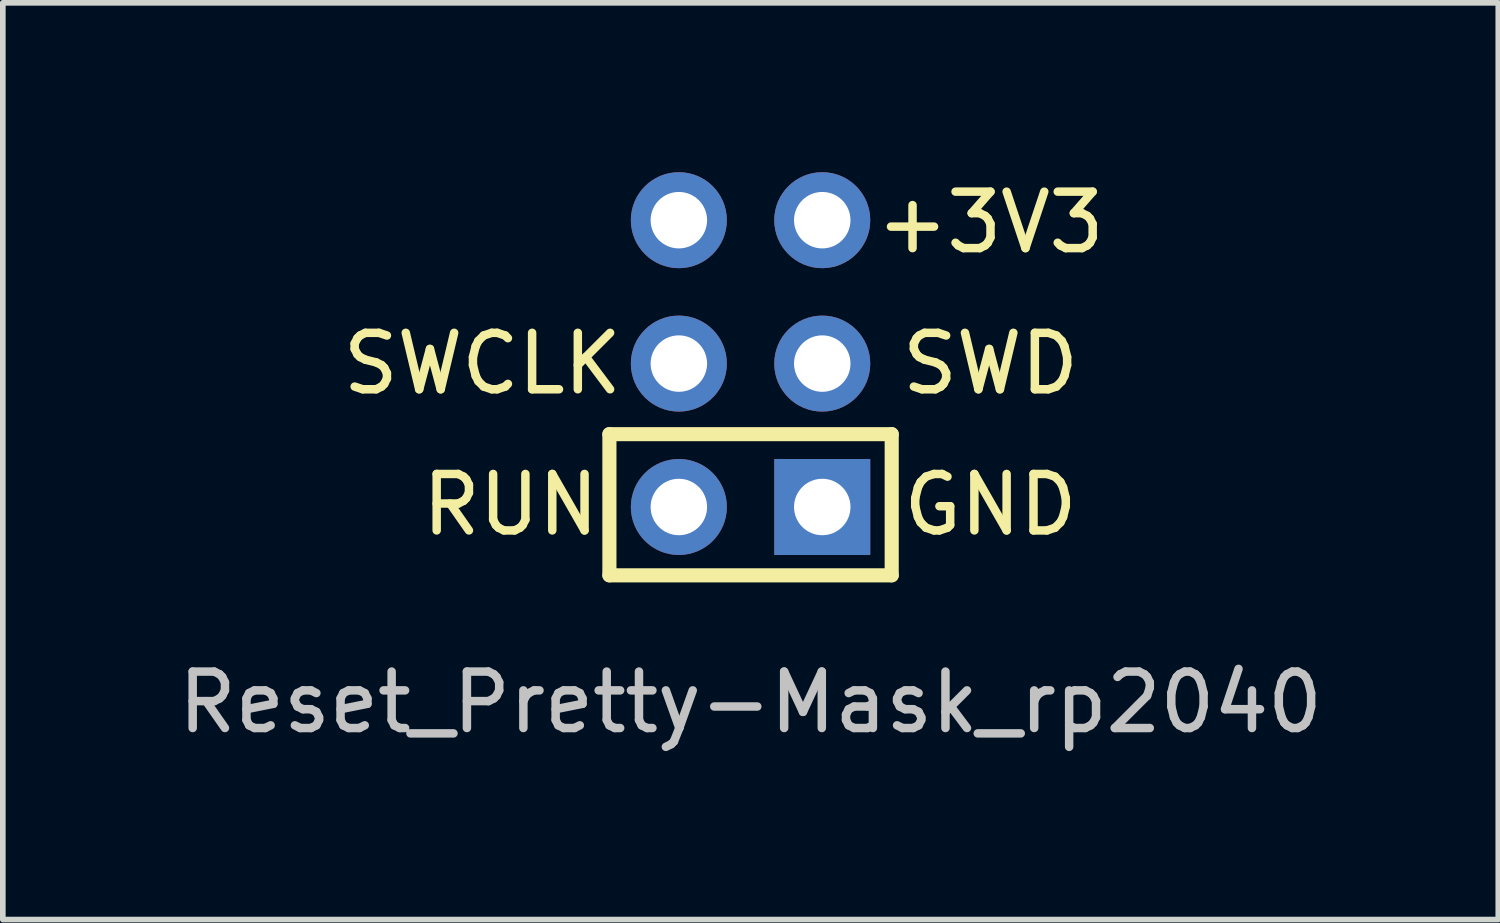
<source format=kicad_pcb>
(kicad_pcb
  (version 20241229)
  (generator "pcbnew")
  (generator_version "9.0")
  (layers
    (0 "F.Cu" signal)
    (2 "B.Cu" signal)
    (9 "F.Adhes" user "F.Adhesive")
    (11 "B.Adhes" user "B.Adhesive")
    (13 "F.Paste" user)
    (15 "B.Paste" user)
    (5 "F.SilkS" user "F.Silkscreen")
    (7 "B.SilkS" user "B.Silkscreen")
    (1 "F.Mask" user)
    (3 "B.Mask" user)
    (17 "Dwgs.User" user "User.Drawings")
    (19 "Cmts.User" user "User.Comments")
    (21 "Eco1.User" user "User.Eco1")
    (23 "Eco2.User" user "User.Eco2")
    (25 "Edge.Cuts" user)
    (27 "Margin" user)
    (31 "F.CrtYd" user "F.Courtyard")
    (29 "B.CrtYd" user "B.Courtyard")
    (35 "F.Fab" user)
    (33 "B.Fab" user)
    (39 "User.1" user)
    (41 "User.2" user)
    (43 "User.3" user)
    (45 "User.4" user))
  (footprint "Reset_Pretty-Mask_rp2040"
    (layer "F.Cu")
    (at 10.244 3.39)
    (property "Reference" "Reset_Pretty-Mask_rp2040" (at 0 6 0) (layer "Dwgs.User") (effects (font (size 1 1) (thickness 0.15))))
    (attr exclude_from_pos_files)
    (fp_line (start -2.5 1.25) (end 2.5 1.25) (stroke (width 0.25) (type solid)) (layer "F.SilkS"))
    (fp_line (start -2.5 3.75) (end -2.5 1.25) (stroke (width 0.25) (type solid)) (layer "F.SilkS"))
    (fp_line (start 2.5 1.25) (end 2.5 3.75) (stroke (width 0.25) (type solid)) (layer "F.SilkS"))
    (fp_line (start 2.5 3.75) (end -2.5 3.75) (stroke (width 0.25) (type solid)) (layer "F.SilkS"))
    (fp_text user "+3V3" (at 4.25 -2.5 0) (layer "F.SilkS") (effects (font (size 1 1) (thickness 0.15))))
    (fp_text user "SWD" (at 4.25 0 0) (layer "F.SilkS") (effects (font (size 1 1) (thickness 0.15))))
    (fp_text user "RUN" (at -4.25 2.5 0) (layer "F.SilkS") (effects (font (size 1 1) (thickness 0.15))))
    (fp_text user "GND" (at 4.25 2.5 0) (layer "F.SilkS") (effects (font (size 1 1) (thickness 0.15))))
    (fp_text user "SWCLK" (at -4.75 0 0) (layer "F.SilkS") (effects (font (size 1 1) (thickness 0.15))))
    (pad "1" thru_hole circle (at -1.27 -2.54) (size 1.7 1.7) (drill 1) (layers "*.Cu" "F.Mask"))
    (pad "2" thru_hole circle (at 1.27 -2.54) (size 1.7 1.7) (drill 1) (layers "*.Cu" "F.Mask"))
    (pad "3" thru_hole circle (at -1.27 0) (size 1.7 1.7) (drill 1) (layers "*.Cu" "F.Mask"))
    (pad "4" thru_hole circle (at 1.27 0) (size 1.7 1.7) (drill 1) (layers "*.Cu" "F.Mask"))
    (pad "5" thru_hole circle (at -1.27 2.54) (size 1.7 1.7) (drill 1) (layers "*.Cu" "F.Mask"))
    (pad "6" thru_hole rect (at 1.27 2.54) (size 1.7 1.7) (drill 1) (layers "*.Cu" "F.Mask")))
  (gr_rect
    (start -3 -3)
    (end 23.488 13.238)
    (stroke (width 0.1) (type default))
    (fill no)
    (layer "Edge.Cuts")))
</source>
